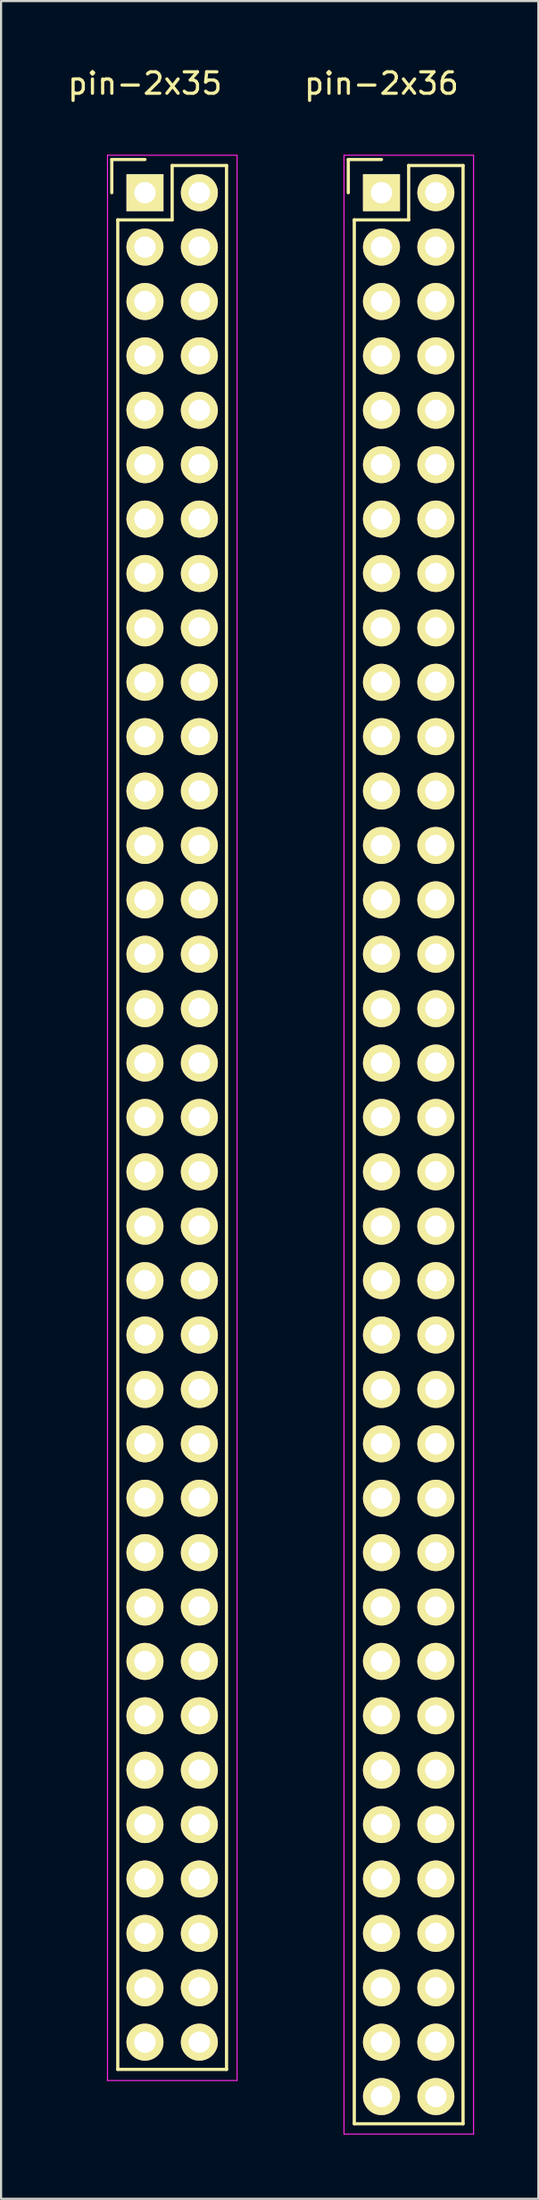
<source format=kicad_pcb>
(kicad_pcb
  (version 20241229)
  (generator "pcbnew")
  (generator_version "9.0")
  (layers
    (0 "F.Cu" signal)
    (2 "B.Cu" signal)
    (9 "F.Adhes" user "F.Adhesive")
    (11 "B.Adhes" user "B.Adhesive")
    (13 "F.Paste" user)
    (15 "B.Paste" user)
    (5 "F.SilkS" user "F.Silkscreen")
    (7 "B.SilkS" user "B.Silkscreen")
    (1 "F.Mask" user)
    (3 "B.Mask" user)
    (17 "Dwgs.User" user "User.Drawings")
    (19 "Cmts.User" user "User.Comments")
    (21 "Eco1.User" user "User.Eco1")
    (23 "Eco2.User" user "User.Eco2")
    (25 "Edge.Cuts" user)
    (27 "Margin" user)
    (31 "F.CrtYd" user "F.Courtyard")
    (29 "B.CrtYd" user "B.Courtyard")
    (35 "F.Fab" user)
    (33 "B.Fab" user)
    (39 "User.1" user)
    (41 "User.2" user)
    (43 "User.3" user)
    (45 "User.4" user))
  (footprint "pin-2x36"
    (layer "F.Cu")
    (at 14.765 5.948)
    (property "Reference" "pin-2x36" (at 0 -5.1 0) (layer "F.SilkS") (effects (font (size 1 1) (thickness 0.15))))
    (attr through_hole)
    (fp_line (start -1.55 -1.55) (end -1.55 0) (stroke (width 0.15) (type solid)) (layer "F.SilkS"))
    (fp_line (start -1.27 1.27) (end -1.27 90.17) (stroke (width 0.15) (type solid)) (layer "F.SilkS"))
    (fp_line (start 0 -1.55) (end -1.55 -1.55) (stroke (width 0.15) (type solid)) (layer "F.SilkS"))
    (fp_line (start 1.27 -1.27) (end 1.27 1.27) (stroke (width 0.15) (type solid)) (layer "F.SilkS"))
    (fp_line (start 1.27 1.27) (end -1.27 1.27) (stroke (width 0.15) (type solid)) (layer "F.SilkS"))
    (fp_line (start 3.81 -1.27) (end 1.27 -1.27) (stroke (width 0.15) (type solid)) (layer "F.SilkS"))
    (fp_line (start 3.81 90.17) (end -1.27 90.17) (stroke (width 0.15) (type solid)) (layer "F.SilkS"))
    (fp_line (start 3.81 90.17) (end 3.81 -1.27) (stroke (width 0.15) (type solid)) (layer "F.SilkS"))
    (fp_line (start -1.75 -1.75) (end -1.75 90.65) (stroke (width 0.05) (type solid)) (layer "F.CrtYd"))
    (fp_line (start -1.75 -1.75) (end 4.3 -1.75) (stroke (width 0.05) (type solid)) (layer "F.CrtYd"))
    (fp_line (start -1.75 90.65) (end 4.3 90.65) (stroke (width 0.05) (type solid)) (layer "F.CrtYd"))
    (fp_line (start 4.3 -1.75) (end 4.3 90.65) (stroke (width 0.05) (type solid)) (layer "F.CrtYd"))
    (pad "1" thru_hole rect (at 0 0) (size 1.727 1.727) (drill 1) (layers "*.Cu" "*.Mask" "F.SilkS"))
    (pad "2" thru_hole oval (at 2.54 0) (size 1.727 1.727) (drill 1) (layers "*.Cu" "*.Mask" "F.SilkS"))
    (pad "3" thru_hole oval (at 0 2.54) (size 1.727 1.727) (drill 1) (layers "*.Cu" "*.Mask" "F.SilkS"))
    (pad "4" thru_hole oval (at 2.54 2.54) (size 1.727 1.727) (drill 1) (layers "*.Cu" "*.Mask" "F.SilkS"))
    (pad "5" thru_hole oval (at 0 5.08) (size 1.727 1.727) (drill 1) (layers "*.Cu" "*.Mask" "F.SilkS"))
    (pad "6" thru_hole oval (at 2.54 5.08) (size 1.727 1.727) (drill 1) (layers "*.Cu" "*.Mask" "F.SilkS"))
    (pad "7" thru_hole oval (at 0 7.62) (size 1.727 1.727) (drill 1) (layers "*.Cu" "*.Mask" "F.SilkS"))
    (pad "8" thru_hole oval (at 2.54 7.62) (size 1.727 1.727) (drill 1) (layers "*.Cu" "*.Mask" "F.SilkS"))
    (pad "9" thru_hole oval (at 0 10.16) (size 1.727 1.727) (drill 1) (layers "*.Cu" "*.Mask" "F.SilkS"))
    (pad "10" thru_hole oval (at 2.54 10.16) (size 1.727 1.727) (drill 1) (layers "*.Cu" "*.Mask" "F.SilkS"))
    (pad "11" thru_hole oval (at 0 12.7) (size 1.727 1.727) (drill 1) (layers "*.Cu" "*.Mask" "F.SilkS"))
    (pad "12" thru_hole oval (at 2.54 12.7) (size 1.727 1.727) (drill 1) (layers "*.Cu" "*.Mask" "F.SilkS"))
    (pad "13" thru_hole oval (at 0 15.24) (size 1.727 1.727) (drill 1) (layers "*.Cu" "*.Mask" "F.SilkS"))
    (pad "14" thru_hole oval (at 2.54 15.24) (size 1.727 1.727) (drill 1) (layers "*.Cu" "*.Mask" "F.SilkS"))
    (pad "15" thru_hole oval (at 0 17.78) (size 1.727 1.727) (drill 1) (layers "*.Cu" "*.Mask" "F.SilkS"))
    (pad "16" thru_hole oval (at 2.54 17.78) (size 1.727 1.727) (drill 1) (layers "*.Cu" "*.Mask" "F.SilkS"))
    (pad "17" thru_hole oval (at 0 20.32) (size 1.727 1.727) (drill 1) (layers "*.Cu" "*.Mask" "F.SilkS"))
    (pad "18" thru_hole oval (at 2.54 20.32) (size 1.727 1.727) (drill 1) (layers "*.Cu" "*.Mask" "F.SilkS"))
    (pad "19" thru_hole oval (at 0 22.86) (size 1.727 1.727) (drill 1) (layers "*.Cu" "*.Mask" "F.SilkS"))
    (pad "20" thru_hole oval (at 2.54 22.86) (size 1.727 1.727) (drill 1) (layers "*.Cu" "*.Mask" "F.SilkS"))
    (pad "21" thru_hole oval (at 0 25.4) (size 1.727 1.727) (drill 1) (layers "*.Cu" "*.Mask" "F.SilkS"))
    (pad "22" thru_hole oval (at 2.54 25.4) (size 1.727 1.727) (drill 1) (layers "*.Cu" "*.Mask" "F.SilkS"))
    (pad "23" thru_hole oval (at 0 27.94) (size 1.727 1.727) (drill 1) (layers "*.Cu" "*.Mask" "F.SilkS"))
    (pad "24" thru_hole oval (at 2.54 27.94) (size 1.727 1.727) (drill 1) (layers "*.Cu" "*.Mask" "F.SilkS"))
    (pad "25" thru_hole oval (at 0 30.48) (size 1.727 1.727) (drill 1) (layers "*.Cu" "*.Mask" "F.SilkS"))
    (pad "26" thru_hole oval (at 2.54 30.48) (size 1.727 1.727) (drill 1) (layers "*.Cu" "*.Mask" "F.SilkS"))
    (pad "27" thru_hole oval (at 0 33.02) (size 1.727 1.727) (drill 1) (layers "*.Cu" "*.Mask" "F.SilkS"))
    (pad "28" thru_hole oval (at 2.54 33.02) (size 1.727 1.727) (drill 1) (layers "*.Cu" "*.Mask" "F.SilkS"))
    (pad "29" thru_hole oval (at 0 35.56) (size 1.727 1.727) (drill 1) (layers "*.Cu" "*.Mask" "F.SilkS"))
    (pad "30" thru_hole oval (at 2.54 35.56) (size 1.727 1.727) (drill 1) (layers "*.Cu" "*.Mask" "F.SilkS"))
    (pad "31" thru_hole oval (at 0 38.1) (size 1.727 1.727) (drill 1) (layers "*.Cu" "*.Mask" "F.SilkS"))
    (pad "32" thru_hole oval (at 2.54 38.1) (size 1.727 1.727) (drill 1) (layers "*.Cu" "*.Mask" "F.SilkS"))
    (pad "33" thru_hole oval (at 0 40.64) (size 1.727 1.727) (drill 1) (layers "*.Cu" "*.Mask" "F.SilkS"))
    (pad "34" thru_hole oval (at 2.54 40.64) (size 1.727 1.727) (drill 1) (layers "*.Cu" "*.Mask" "F.SilkS"))
    (pad "35" thru_hole oval (at 0 43.18) (size 1.727 1.727) (drill 1) (layers "*.Cu" "*.Mask" "F.SilkS"))
    (pad "36" thru_hole oval (at 2.54 43.18) (size 1.727 1.727) (drill 1) (layers "*.Cu" "*.Mask" "F.SilkS"))
    (pad "37" thru_hole oval (at 0 45.72) (size 1.727 1.727) (drill 1) (layers "*.Cu" "*.Mask" "F.SilkS"))
    (pad "38" thru_hole oval (at 2.54 45.72) (size 1.727 1.727) (drill 1) (layers "*.Cu" "*.Mask" "F.SilkS"))
    (pad "39" thru_hole oval (at 0 48.26) (size 1.727 1.727) (drill 1) (layers "*.Cu" "*.Mask" "F.SilkS"))
    (pad "40" thru_hole oval (at 2.54 48.26) (size 1.727 1.727) (drill 1) (layers "*.Cu" "*.Mask" "F.SilkS"))
    (pad "41" thru_hole oval (at 0 50.8) (size 1.727 1.727) (drill 1) (layers "*.Cu" "*.Mask" "F.SilkS"))
    (pad "42" thru_hole oval (at 2.54 50.8) (size 1.727 1.727) (drill 1) (layers "*.Cu" "*.Mask" "F.SilkS"))
    (pad "43" thru_hole oval (at 0 53.34) (size 1.727 1.727) (drill 1) (layers "*.Cu" "*.Mask" "F.SilkS"))
    (pad "44" thru_hole oval (at 2.54 53.34) (size 1.727 1.727) (drill 1) (layers "*.Cu" "*.Mask" "F.SilkS"))
    (pad "45" thru_hole oval (at 0 55.88) (size 1.727 1.727) (drill 1) (layers "*.Cu" "*.Mask" "F.SilkS"))
    (pad "46" thru_hole oval (at 2.54 55.88) (size 1.727 1.727) (drill 1) (layers "*.Cu" "*.Mask" "F.SilkS"))
    (pad "47" thru_hole oval (at 0 58.42) (size 1.727 1.727) (drill 1) (layers "*.Cu" "*.Mask" "F.SilkS"))
    (pad "48" thru_hole oval (at 2.54 58.42) (size 1.727 1.727) (drill 1) (layers "*.Cu" "*.Mask" "F.SilkS"))
    (pad "49" thru_hole oval (at 0 60.96) (size 1.727 1.727) (drill 1) (layers "*.Cu" "*.Mask" "F.SilkS"))
    (pad "50" thru_hole oval (at 2.54 60.96) (size 1.727 1.727) (drill 1) (layers "*.Cu" "*.Mask" "F.SilkS"))
    (pad "51" thru_hole oval (at 0 63.5) (size 1.727 1.727) (drill 1) (layers "*.Cu" "*.Mask" "F.SilkS"))
    (pad "52" thru_hole oval (at 2.54 63.5) (size 1.727 1.727) (drill 1) (layers "*.Cu" "*.Mask" "F.SilkS"))
    (pad "53" thru_hole oval (at 0 66.04) (size 1.727 1.727) (drill 1) (layers "*.Cu" "*.Mask" "F.SilkS"))
    (pad "54" thru_hole oval (at 2.54 66.04) (size 1.727 1.727) (drill 1) (layers "*.Cu" "*.Mask" "F.SilkS"))
    (pad "55" thru_hole oval (at 0 68.58) (size 1.727 1.727) (drill 1) (layers "*.Cu" "*.Mask" "F.SilkS"))
    (pad "56" thru_hole oval (at 2.54 68.58) (size 1.727 1.727) (drill 1) (layers "*.Cu" "*.Mask" "F.SilkS"))
    (pad "57" thru_hole oval (at 0 71.12) (size 1.727 1.727) (drill 1) (layers "*.Cu" "*.Mask" "F.SilkS"))
    (pad "58" thru_hole oval (at 2.54 71.12) (size 1.727 1.727) (drill 1) (layers "*.Cu" "*.Mask" "F.SilkS"))
    (pad "59" thru_hole oval (at 0 73.66) (size 1.727 1.727) (drill 1) (layers "*.Cu" "*.Mask" "F.SilkS"))
    (pad "60" thru_hole oval (at 2.54 73.66) (size 1.727 1.727) (drill 1) (layers "*.Cu" "*.Mask" "F.SilkS"))
    (pad "61" thru_hole oval (at 0 76.2) (size 1.727 1.727) (drill 1) (layers "*.Cu" "*.Mask" "F.SilkS"))
    (pad "62" thru_hole oval (at 2.54 76.2) (size 1.727 1.727) (drill 1) (layers "*.Cu" "*.Mask" "F.SilkS"))
    (pad "63" thru_hole oval (at 0 78.74) (size 1.727 1.727) (drill 1) (layers "*.Cu" "*.Mask" "F.SilkS"))
    (pad "64" thru_hole oval (at 2.54 78.74) (size 1.727 1.727) (drill 1) (layers "*.Cu" "*.Mask" "F.SilkS"))
    (pad "65" thru_hole oval (at 0 81.28) (size 1.727 1.727) (drill 1) (layers "*.Cu" "*.Mask" "F.SilkS"))
    (pad "66" thru_hole oval (at 2.54 81.28) (size 1.727 1.727) (drill 1) (layers "*.Cu" "*.Mask" "F.SilkS"))
    (pad "67" thru_hole oval (at 0 83.82) (size 1.727 1.727) (drill 1) (layers "*.Cu" "*.Mask" "F.SilkS"))
    (pad "68" thru_hole oval (at 2.54 83.82) (size 1.727 1.727) (drill 1) (layers "*.Cu" "*.Mask" "F.SilkS"))
    (pad "69" thru_hole oval (at 0 86.36) (size 1.727 1.727) (drill 1) (layers "*.Cu" "*.Mask" "F.SilkS"))
    (pad "70" thru_hole oval (at 2.54 86.36) (size 1.727 1.727) (drill 1) (layers "*.Cu" "*.Mask" "F.SilkS"))
    (pad "71" thru_hole oval (at 0 88.9) (size 1.727 1.727) (drill 1) (layers "*.Cu" "*.Mask" "F.SilkS"))
    (pad "72" thru_hole oval (at 2.54 88.9) (size 1.727 1.727) (drill 1) (layers "*.Cu" "*.Mask" "F.SilkS")))
  (footprint "pin-2x35"
    (layer "F.Cu")
    (at 3.72 5.948)
    (property "Reference" "pin-2x35" (at 0 -5.1 0) (layer "F.SilkS") (effects (font (size 1 1) (thickness 0.15))))
    (attr through_hole)
    (fp_line (start -1.55 -1.55) (end -1.55 0) (stroke (width 0.15) (type solid)) (layer "F.SilkS"))
    (fp_line (start -1.27 1.27) (end -1.27 87.63) (stroke (width 0.15) (type solid)) (layer "F.SilkS"))
    (fp_line (start 0 -1.55) (end -1.55 -1.55) (stroke (width 0.15) (type solid)) (layer "F.SilkS"))
    (fp_line (start 1.27 -1.27) (end 1.27 1.27) (stroke (width 0.15) (type solid)) (layer "F.SilkS"))
    (fp_line (start 1.27 1.27) (end -1.27 1.27) (stroke (width 0.15) (type solid)) (layer "F.SilkS"))
    (fp_line (start 3.81 -1.27) (end 1.27 -1.27) (stroke (width 0.15) (type solid)) (layer "F.SilkS"))
    (fp_line (start 3.81 87.63) (end -1.27 87.63) (stroke (width 0.15) (type solid)) (layer "F.SilkS"))
    (fp_line (start 3.81 87.63) (end 3.81 -1.27) (stroke (width 0.15) (type solid)) (layer "F.SilkS"))
    (fp_line (start -1.75 -1.75) (end -1.75 88.15) (stroke (width 0.05) (type solid)) (layer "F.CrtYd"))
    (fp_line (start -1.75 -1.75) (end 4.3 -1.75) (stroke (width 0.05) (type solid)) (layer "F.CrtYd"))
    (fp_line (start -1.75 88.15) (end 4.3 88.15) (stroke (width 0.05) (type solid)) (layer "F.CrtYd"))
    (fp_line (start 4.3 -1.75) (end 4.3 88.15) (stroke (width 0.05) (type solid)) (layer "F.CrtYd"))
    (pad "1" thru_hole rect (at 0 0) (size 1.727 1.727) (drill 1) (layers "*.Cu" "*.Mask" "F.SilkS"))
    (pad "2" thru_hole oval (at 2.54 0) (size 1.727 1.727) (drill 1) (layers "*.Cu" "*.Mask" "F.SilkS"))
    (pad "3" thru_hole oval (at 0 2.54) (size 1.727 1.727) (drill 1) (layers "*.Cu" "*.Mask" "F.SilkS"))
    (pad "4" thru_hole oval (at 2.54 2.54) (size 1.727 1.727) (drill 1) (layers "*.Cu" "*.Mask" "F.SilkS"))
    (pad "5" thru_hole oval (at 0 5.08) (size 1.727 1.727) (drill 1) (layers "*.Cu" "*.Mask" "F.SilkS"))
    (pad "6" thru_hole oval (at 2.54 5.08) (size 1.727 1.727) (drill 1) (layers "*.Cu" "*.Mask" "F.SilkS"))
    (pad "7" thru_hole oval (at 0 7.62) (size 1.727 1.727) (drill 1) (layers "*.Cu" "*.Mask" "F.SilkS"))
    (pad "8" thru_hole oval (at 2.54 7.62) (size 1.727 1.727) (drill 1) (layers "*.Cu" "*.Mask" "F.SilkS"))
    (pad "9" thru_hole oval (at 0 10.16) (size 1.727 1.727) (drill 1) (layers "*.Cu" "*.Mask" "F.SilkS"))
    (pad "10" thru_hole oval (at 2.54 10.16) (size 1.727 1.727) (drill 1) (layers "*.Cu" "*.Mask" "F.SilkS"))
    (pad "11" thru_hole oval (at 0 12.7) (size 1.727 1.727) (drill 1) (layers "*.Cu" "*.Mask" "F.SilkS"))
    (pad "12" thru_hole oval (at 2.54 12.7) (size 1.727 1.727) (drill 1) (layers "*.Cu" "*.Mask" "F.SilkS"))
    (pad "13" thru_hole oval (at 0 15.24) (size 1.727 1.727) (drill 1) (layers "*.Cu" "*.Mask" "F.SilkS"))
    (pad "14" thru_hole oval (at 2.54 15.24) (size 1.727 1.727) (drill 1) (layers "*.Cu" "*.Mask" "F.SilkS"))
    (pad "15" thru_hole oval (at 0 17.78) (size 1.727 1.727) (drill 1) (layers "*.Cu" "*.Mask" "F.SilkS"))
    (pad "16" thru_hole oval (at 2.54 17.78) (size 1.727 1.727) (drill 1) (layers "*.Cu" "*.Mask" "F.SilkS"))
    (pad "17" thru_hole oval (at 0 20.32) (size 1.727 1.727) (drill 1) (layers "*.Cu" "*.Mask" "F.SilkS"))
    (pad "18" thru_hole oval (at 2.54 20.32) (size 1.727 1.727) (drill 1) (layers "*.Cu" "*.Mask" "F.SilkS"))
    (pad "19" thru_hole oval (at 0 22.86) (size 1.727 1.727) (drill 1) (layers "*.Cu" "*.Mask" "F.SilkS"))
    (pad "20" thru_hole oval (at 2.54 22.86) (size 1.727 1.727) (drill 1) (layers "*.Cu" "*.Mask" "F.SilkS"))
    (pad "21" thru_hole oval (at 0 25.4) (size 1.727 1.727) (drill 1) (layers "*.Cu" "*.Mask" "F.SilkS"))
    (pad "22" thru_hole oval (at 2.54 25.4) (size 1.727 1.727) (drill 1) (layers "*.Cu" "*.Mask" "F.SilkS"))
    (pad "23" thru_hole oval (at 0 27.94) (size 1.727 1.727) (drill 1) (layers "*.Cu" "*.Mask" "F.SilkS"))
    (pad "24" thru_hole oval (at 2.54 27.94) (size 1.727 1.727) (drill 1) (layers "*.Cu" "*.Mask" "F.SilkS"))
    (pad "25" thru_hole oval (at 0 30.48) (size 1.727 1.727) (drill 1) (layers "*.Cu" "*.Mask" "F.SilkS"))
    (pad "26" thru_hole oval (at 2.54 30.48) (size 1.727 1.727) (drill 1) (layers "*.Cu" "*.Mask" "F.SilkS"))
    (pad "27" thru_hole oval (at 0 33.02) (size 1.727 1.727) (drill 1) (layers "*.Cu" "*.Mask" "F.SilkS"))
    (pad "28" thru_hole oval (at 2.54 33.02) (size 1.727 1.727) (drill 1) (layers "*.Cu" "*.Mask" "F.SilkS"))
    (pad "29" thru_hole oval (at 0 35.56) (size 1.727 1.727) (drill 1) (layers "*.Cu" "*.Mask" "F.SilkS"))
    (pad "30" thru_hole oval (at 2.54 35.56) (size 1.727 1.727) (drill 1) (layers "*.Cu" "*.Mask" "F.SilkS"))
    (pad "31" thru_hole oval (at 0 38.1) (size 1.727 1.727) (drill 1) (layers "*.Cu" "*.Mask" "F.SilkS"))
    (pad "32" thru_hole oval (at 2.54 38.1) (size 1.727 1.727) (drill 1) (layers "*.Cu" "*.Mask" "F.SilkS"))
    (pad "33" thru_hole oval (at 0 40.64) (size 1.727 1.727) (drill 1) (layers "*.Cu" "*.Mask" "F.SilkS"))
    (pad "34" thru_hole oval (at 2.54 40.64) (size 1.727 1.727) (drill 1) (layers "*.Cu" "*.Mask" "F.SilkS"))
    (pad "35" thru_hole oval (at 0 43.18) (size 1.727 1.727) (drill 1) (layers "*.Cu" "*.Mask" "F.SilkS"))
    (pad "36" thru_hole oval (at 2.54 43.18) (size 1.727 1.727) (drill 1) (layers "*.Cu" "*.Mask" "F.SilkS"))
    (pad "37" thru_hole oval (at 0 45.72) (size 1.727 1.727) (drill 1) (layers "*.Cu" "*.Mask" "F.SilkS"))
    (pad "38" thru_hole oval (at 2.54 45.72) (size 1.727 1.727) (drill 1) (layers "*.Cu" "*.Mask" "F.SilkS"))
    (pad "39" thru_hole oval (at 0 48.26) (size 1.727 1.727) (drill 1) (layers "*.Cu" "*.Mask" "F.SilkS"))
    (pad "40" thru_hole oval (at 2.54 48.26) (size 1.727 1.727) (drill 1) (layers "*.Cu" "*.Mask" "F.SilkS"))
    (pad "41" thru_hole oval (at 0 50.8) (size 1.727 1.727) (drill 1) (layers "*.Cu" "*.Mask" "F.SilkS"))
    (pad "42" thru_hole oval (at 2.54 50.8) (size 1.727 1.727) (drill 1) (layers "*.Cu" "*.Mask" "F.SilkS"))
    (pad "43" thru_hole oval (at 0 53.34) (size 1.727 1.727) (drill 1) (layers "*.Cu" "*.Mask" "F.SilkS"))
    (pad "44" thru_hole oval (at 2.54 53.34) (size 1.727 1.727) (drill 1) (layers "*.Cu" "*.Mask" "F.SilkS"))
    (pad "45" thru_hole oval (at 0 55.88) (size 1.727 1.727) (drill 1) (layers "*.Cu" "*.Mask" "F.SilkS"))
    (pad "46" thru_hole oval (at 2.54 55.88) (size 1.727 1.727) (drill 1) (layers "*.Cu" "*.Mask" "F.SilkS"))
    (pad "47" thru_hole oval (at 0 58.42) (size 1.727 1.727) (drill 1) (layers "*.Cu" "*.Mask" "F.SilkS"))
    (pad "48" thru_hole oval (at 2.54 58.42) (size 1.727 1.727) (drill 1) (layers "*.Cu" "*.Mask" "F.SilkS"))
    (pad "49" thru_hole oval (at 0 60.96) (size 1.727 1.727) (drill 1) (layers "*.Cu" "*.Mask" "F.SilkS"))
    (pad "50" thru_hole oval (at 2.54 60.96) (size 1.727 1.727) (drill 1) (layers "*.Cu" "*.Mask" "F.SilkS"))
    (pad "51" thru_hole oval (at 0 63.5) (size 1.727 1.727) (drill 1) (layers "*.Cu" "*.Mask" "F.SilkS"))
    (pad "52" thru_hole oval (at 2.54 63.5) (size 1.727 1.727) (drill 1) (layers "*.Cu" "*.Mask" "F.SilkS"))
    (pad "53" thru_hole oval (at 0 66.04) (size 1.727 1.727) (drill 1) (layers "*.Cu" "*.Mask" "F.SilkS"))
    (pad "54" thru_hole oval (at 2.54 66.04) (size 1.727 1.727) (drill 1) (layers "*.Cu" "*.Mask" "F.SilkS"))
    (pad "55" thru_hole oval (at 0 68.58) (size 1.727 1.727) (drill 1) (layers "*.Cu" "*.Mask" "F.SilkS"))
    (pad "56" thru_hole oval (at 2.54 68.58) (size 1.727 1.727) (drill 1) (layers "*.Cu" "*.Mask" "F.SilkS"))
    (pad "57" thru_hole oval (at 0 71.12) (size 1.727 1.727) (drill 1) (layers "*.Cu" "*.Mask" "F.SilkS"))
    (pad "58" thru_hole oval (at 2.54 71.12) (size 1.727 1.727) (drill 1) (layers "*.Cu" "*.Mask" "F.SilkS"))
    (pad "59" thru_hole oval (at 0 73.66) (size 1.727 1.727) (drill 1) (layers "*.Cu" "*.Mask" "F.SilkS"))
    (pad "60" thru_hole oval (at 2.54 73.66) (size 1.727 1.727) (drill 1) (layers "*.Cu" "*.Mask" "F.SilkS"))
    (pad "61" thru_hole oval (at 0 76.2) (size 1.727 1.727) (drill 1) (layers "*.Cu" "*.Mask" "F.SilkS"))
    (pad "62" thru_hole oval (at 2.54 76.2) (size 1.727 1.727) (drill 1) (layers "*.Cu" "*.Mask" "F.SilkS"))
    (pad "63" thru_hole oval (at 0 78.74) (size 1.727 1.727) (drill 1) (layers "*.Cu" "*.Mask" "F.SilkS"))
    (pad "64" thru_hole oval (at 2.54 78.74) (size 1.727 1.727) (drill 1) (layers "*.Cu" "*.Mask" "F.SilkS"))
    (pad "65" thru_hole oval (at 0 81.28) (size 1.727 1.727) (drill 1) (layers "*.Cu" "*.Mask" "F.SilkS"))
    (pad "66" thru_hole oval (at 2.54 81.28) (size 1.727 1.727) (drill 1) (layers "*.Cu" "*.Mask" "F.SilkS"))
    (pad "67" thru_hole oval (at 0 83.82) (size 1.727 1.727) (drill 1) (layers "*.Cu" "*.Mask" "F.SilkS"))
    (pad "68" thru_hole oval (at 2.54 83.82) (size 1.727 1.727) (drill 1) (layers "*.Cu" "*.Mask" "F.SilkS"))
    (pad "69" thru_hole oval (at 0 86.36) (size 1.727 1.727) (drill 1) (layers "*.Cu" "*.Mask" "F.SilkS"))
    (pad "70" thru_hole oval (at 2.54 86.36) (size 1.727 1.727) (drill 1) (layers "*.Cu" "*.Mask" "F.SilkS")))
  (gr_rect
    (start -3 -3)
    (end 22.09 99.623)
    (stroke (width 0.1) (type default))
    (fill no)
    (layer "Edge.Cuts")))
</source>
